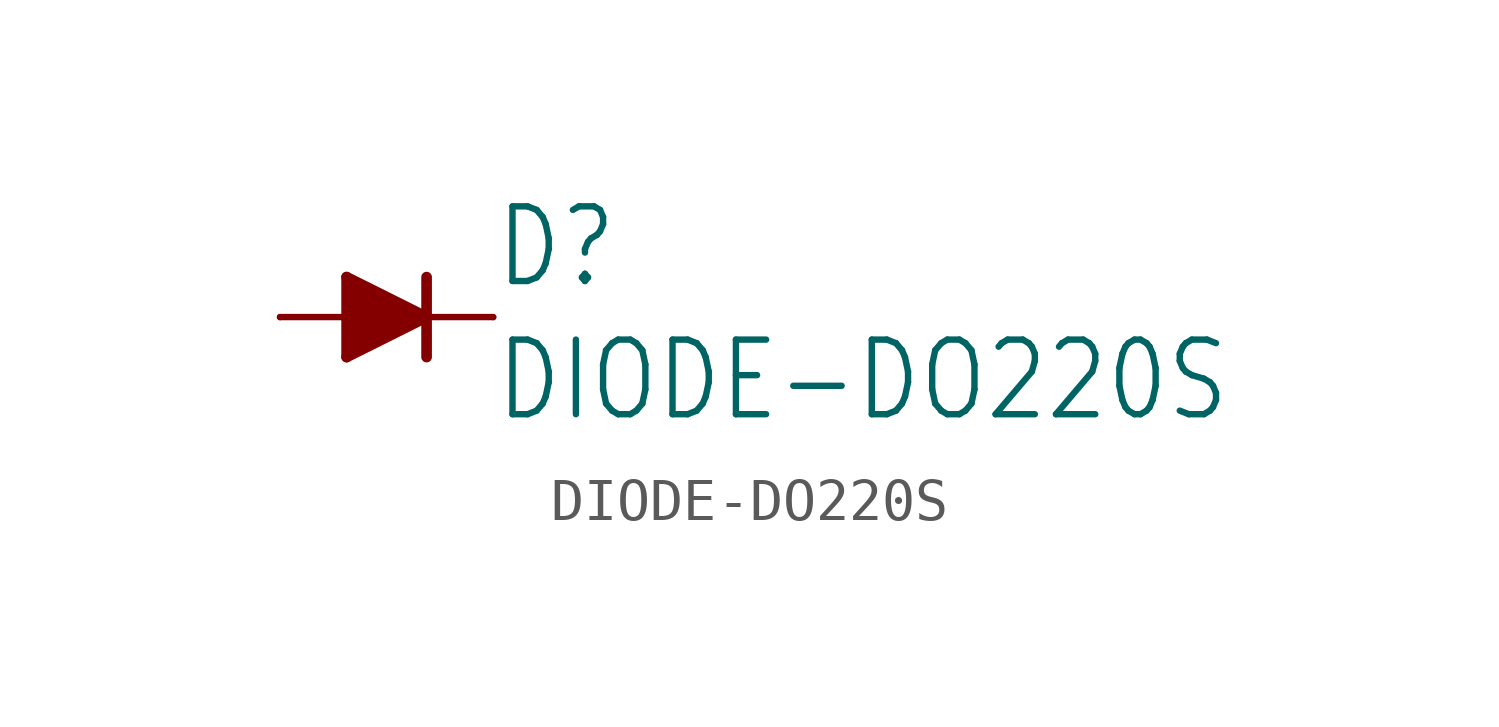
<source format=kicad_sym>
(kicad_symbol_lib
  (version 20211014)
  (generator kicad_symbol_editor)
  (symbol "DIODE-DO220S"
    (property "Reference" "D"
      (at 2.54 0.635 0)
      (effects (font (size 1.778 1.511)) (justify left bottom)))
    (property "Value" "DIODE-DO220S"
      (at 2.54 -2.54 0)
      (effects (font (size 1.778 1.511)) (justify left bottom)))
    (property "ki_locked" ""
      (at 0 0 0)
      (effects (font (size 1.27 1.27))))
    (symbol "DIODE-DO220S_1_0"
      (polyline (pts (xy -0.953 -0.953) (xy 0.953 0)) (stroke (width 0.254) (type default) (color 0 0 0 0)) (fill (type none)))
      (polyline (pts (xy -0.953 0) (xy -2.54 0)) (stroke (width 0.152) (type default) (color 0 0 0 0)) (fill (type none)))
      (polyline (pts (xy -0.953 0) (xy -0.953 -0.953)) (stroke (width 0.254) (type default) (color 0 0 0 0)) (fill (type none)))
      (polyline (pts (xy -0.953 0.953) (xy -0.953 0)) (stroke (width 0.254) (type default) (color 0 0 0 0)) (fill (type none)))
      (polyline (pts (xy 0.953 0) (xy -0.953 0.953)) (stroke (width 0.254) (type default) (color 0 0 0 0)) (fill (type none)))
      (polyline (pts (xy 0.953 0) (xy 0.953 -0.953)) (stroke (width 0.254) (type default) (color 0 0 0 0)) (fill (type none)))
      (polyline (pts (xy 0.953 0) (xy 2.54 0)) (stroke (width 0.152) (type default) (color 0 0 0 0)) (fill (type none)))
      (polyline (pts (xy 0.953 0.953) (xy 0.953 0)) (stroke (width 0.254) (type default) (color 0 0 0 0)) (fill (type none)))
      (polyline (pts (xy -0.953 0.953) (xy 0.953 0) (xy -0.953 -0.953)) (stroke (width 0) (type default) (color 0 0 0 0)) (fill (type outline)))
      (pin passive line (at -2.54 0 0) (length 0) (name "A" (effects (font (size 0 0)))) (number "A" (effects (font (size 0 0)))))
      (pin passive line (at 2.54 0 180) (length 0) (name "C" (effects (font (size 0 0)))) (number "C" (effects (font (size 0 0))))))))
</source>
